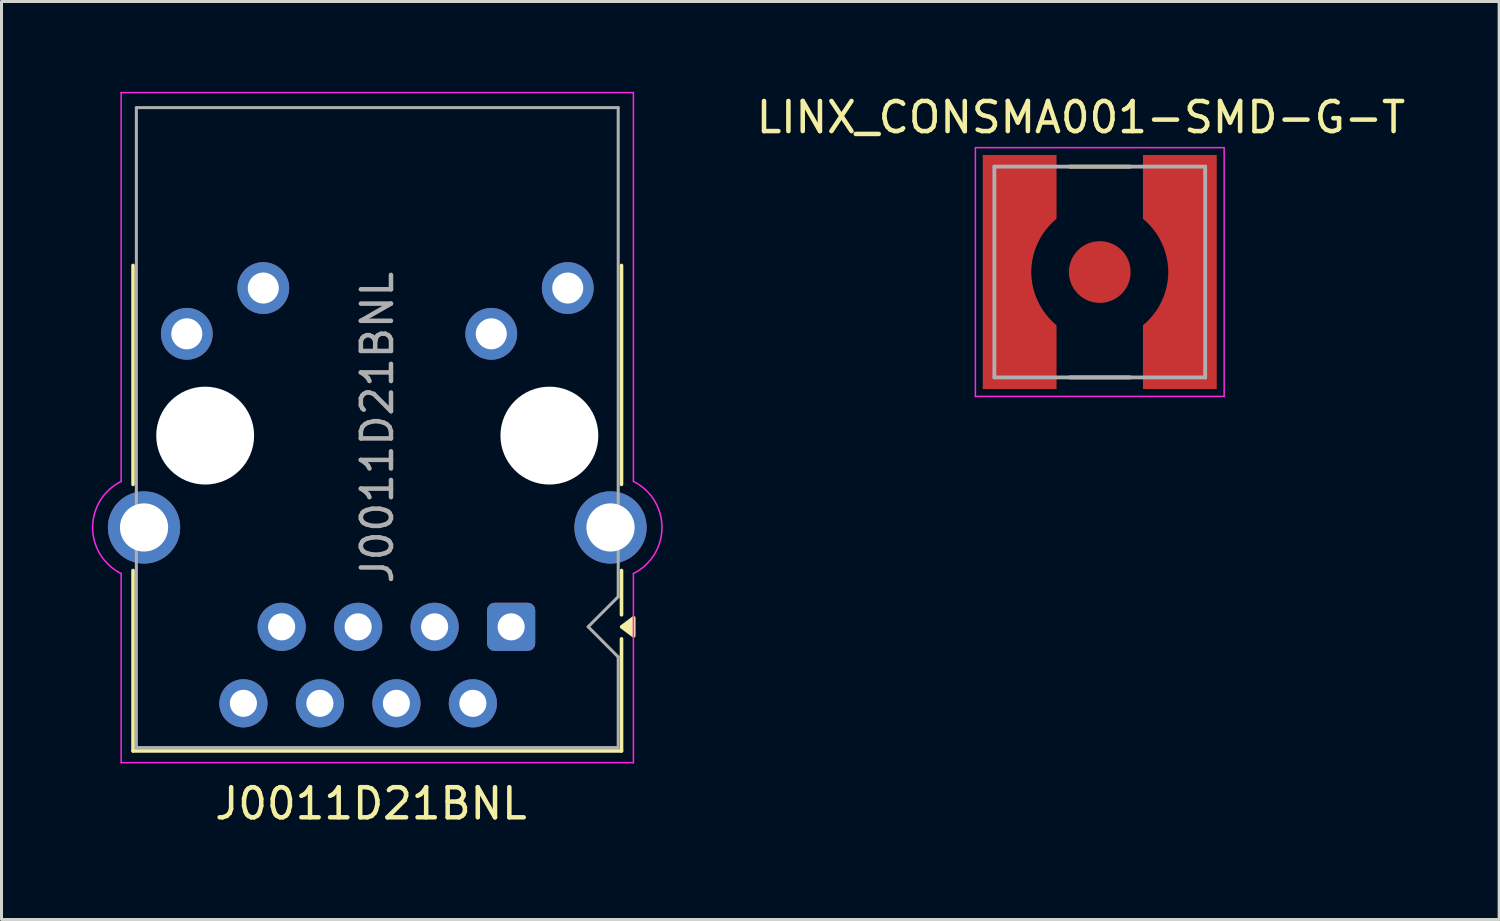
<source format=kicad_pcb>
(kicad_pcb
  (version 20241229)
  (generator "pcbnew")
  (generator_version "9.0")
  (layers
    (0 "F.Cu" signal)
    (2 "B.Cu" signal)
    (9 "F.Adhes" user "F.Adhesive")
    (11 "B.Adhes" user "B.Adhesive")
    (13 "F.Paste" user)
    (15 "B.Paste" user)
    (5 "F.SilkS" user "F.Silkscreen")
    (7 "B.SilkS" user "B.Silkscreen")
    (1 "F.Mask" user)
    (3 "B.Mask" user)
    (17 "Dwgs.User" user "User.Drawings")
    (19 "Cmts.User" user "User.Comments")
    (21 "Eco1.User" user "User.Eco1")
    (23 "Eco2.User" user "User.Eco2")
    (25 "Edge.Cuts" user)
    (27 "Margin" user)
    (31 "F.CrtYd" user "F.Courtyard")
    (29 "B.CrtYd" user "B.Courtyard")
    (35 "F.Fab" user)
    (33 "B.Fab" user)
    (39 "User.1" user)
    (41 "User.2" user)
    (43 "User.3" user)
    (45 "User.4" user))
  (footprint "LINX_CONSMA001-SMD-G-T"
    (layer "F.Cu")
    (at 33.469 5.983)
    (property "Reference" "LINX_CONSMA001-SMD-G-T" (at -0.625 -5.135 0) (layer "F.SilkS") (effects (font (size 1 1) (thickness 0.15))))
    (attr smd)
    (fp_line (start -1 -3.5) (end 1 -3.5) (stroke (width 0.127) (type solid)) (layer "F.SilkS"))
    (fp_line (start -1 3.5) (end 1 3.5) (stroke (width 0.127) (type solid)) (layer "F.SilkS"))
    (fp_poly (pts (xy -1.44 -3.88) (xy -3.88 -3.88) (xy -3.88 3.88) (xy -1.44 3.88) (xy -1.44 1.77) (xy -1.503 1.716) (xy -1.553 1.67) (xy -1.601 1.623) (xy -1.648 1.575) (xy -1.694 1.525) (xy -1.738 1.474) (xy -1.78 1.422) (xy -1.821 1.368) (xy -1.861 1.314) (xy -1.899 1.258) (xy -1.935 1.201) (xy -1.97 1.143) (xy -2.002 1.084) (xy -2.033 1.025) (xy -2.063 0.964) (xy -2.09 0.902) (xy -2.116 0.84) (xy -2.14 0.777) (xy -2.162 0.713) (xy -2.183 0.649) (xy -2.201 0.584) (xy -2.218 0.519) (xy -2.232 0.453) (xy -2.245 0.387) (xy -2.256 0.32) (xy -2.264 0.253) (xy -2.271 0.186) (xy -2.276 0.119) (xy -2.279 0.052) (xy -2.28 0) (xy -2.279 -0.052) (xy -2.276 -0.119) (xy -2.271 -0.186) (xy -2.264 -0.253) (xy -2.256 -0.32) (xy -2.245 -0.387) (xy -2.232 -0.453) (xy -2.218 -0.519) (xy -2.201 -0.584) (xy -2.183 -0.649) (xy -2.162 -0.713) (xy -2.14 -0.777) (xy -2.116 -0.84) (xy -2.09 -0.902) (xy -2.063 -0.964) (xy -2.033 -1.025) (xy -2.002 -1.084) (xy -1.97 -1.143) (xy -1.935 -1.201) (xy -1.899 -1.258) (xy -1.861 -1.314) (xy -1.821 -1.368) (xy -1.78 -1.422) (xy -1.738 -1.474) (xy -1.694 -1.525) (xy -1.648 -1.575) (xy -1.601 -1.623) (xy -1.553 -1.67) (xy -1.503 -1.716) (xy -1.44 -1.77) (xy -1.44 -3.88)) (stroke (width 0.01) (type solid)) (fill yes) (layer "F.Paste"))
    (fp_poly (pts (xy 1.44 -3.88) (xy 3.88 -3.88) (xy 3.88 3.88) (xy 1.44 3.88) (xy 1.44 1.77) (xy 1.503 1.716) (xy 1.553 1.67) (xy 1.601 1.623) (xy 1.648 1.575) (xy 1.694 1.525) (xy 1.738 1.474) (xy 1.78 1.422) (xy 1.821 1.368) (xy 1.861 1.314) (xy 1.899 1.258) (xy 1.935 1.201) (xy 1.97 1.143) (xy 2.002 1.084) (xy 2.033 1.025) (xy 2.063 0.964) (xy 2.09 0.902) (xy 2.116 0.84) (xy 2.14 0.777) (xy 2.162 0.713) (xy 2.183 0.649) (xy 2.201 0.584) (xy 2.218 0.519) (xy 2.232 0.453) (xy 2.245 0.387) (xy 2.256 0.32) (xy 2.264 0.253) (xy 2.271 0.186) (xy 2.276 0.119) (xy 2.279 0.052) (xy 2.28 0) (xy 2.279 -0.052) (xy 2.276 -0.119) (xy 2.271 -0.186) (xy 2.264 -0.253) (xy 2.256 -0.32) (xy 2.245 -0.387) (xy 2.232 -0.453) (xy 2.218 -0.519) (xy 2.201 -0.584) (xy 2.183 -0.649) (xy 2.162 -0.713) (xy 2.14 -0.777) (xy 2.116 -0.84) (xy 2.09 -0.902) (xy 2.063 -0.964) (xy 2.033 -1.025) (xy 2.002 -1.084) (xy 1.97 -1.143) (xy 1.935 -1.201) (xy 1.899 -1.258) (xy 1.861 -1.314) (xy 1.821 -1.368) (xy 1.78 -1.422) (xy 1.738 -1.474) (xy 1.694 -1.525) (xy 1.648 -1.575) (xy 1.601 -1.623) (xy 1.553 -1.67) (xy 1.503 -1.716) (xy 1.44 -1.77) (xy 1.44 -3.88)) (stroke (width 0.01) (type solid)) (fill yes) (layer "F.Paste"))
    (fp_line (start -4.13 -4.13) (end 4.13 -4.13) (stroke (width 0.05) (type solid)) (layer "F.CrtYd"))
    (fp_line (start -4.13 4.13) (end -4.13 -4.13) (stroke (width 0.05) (type solid)) (layer "F.CrtYd"))
    (fp_line (start 4.13 -4.13) (end 4.13 4.13) (stroke (width 0.05) (type solid)) (layer "F.CrtYd"))
    (fp_line (start 4.13 4.13) (end -4.13 4.13) (stroke (width 0.05) (type solid)) (layer "F.CrtYd"))
    (fp_line (start -3.5 -3.5) (end 3.5 -3.5) (stroke (width 0.127) (type solid)) (layer "F.Fab"))
    (fp_line (start -3.5 3.5) (end -3.5 -3.5) (stroke (width 0.127) (type solid)) (layer "F.Fab"))
    (fp_line (start 3.5 -3.5) (end 3.5 3.5) (stroke (width 0.127) (type solid)) (layer "F.Fab"))
    (fp_line (start 3.5 3.5) (end -3.5 3.5) (stroke (width 0.127) (type solid)) (layer "F.Fab"))
    (pad "1" smd circle (at 0 0) (size 2.05 2.05) (layers "F.Cu" "F.Mask" "F.Paste"))
    (pad "2" smd custom (at -3.1 0) (size 1 1) (layers "F.Cu") (options (anchor rect)) (primitives (gr_poly (pts (xy 1.66 -3.88) (xy -0.78 -3.88) (xy -0.78 3.88) (xy 1.66 3.88) (xy 1.66 1.77) (xy 1.597 1.716) (xy 1.547 1.67) (xy 1.499 1.623) (xy 1.452 1.575) (xy 1.406 1.525) (xy 1.362 1.474) (xy 1.32 1.422) (xy 1.279 1.368) (xy 1.239 1.314) (xy 1.201 1.258) (xy 1.165 1.201) (xy 1.13 1.143) (xy 1.098 1.084) (xy 1.067 1.025) (xy 1.037 0.964) (xy 1.01 0.902) (xy 0.984 0.84) (xy 0.96 0.777) (xy 0.938 0.713) (xy 0.917 0.649) (xy 0.899 0.584) (xy 0.882 0.519) (xy 0.868 0.453) (xy 0.855 0.387) (xy 0.844 0.32) (xy 0.836 0.253) (xy 0.829 0.186) (xy 0.824 0.119) (xy 0.821 0.052) (xy 0.82 0) (xy 0.821 -0.052) (xy 0.824 -0.119) (xy 0.829 -0.186) (xy 0.836 -0.253) (xy 0.844 -0.32) (xy 0.855 -0.387) (xy 0.868 -0.453) (xy 0.882 -0.519) (xy 0.899 -0.584) (xy 0.917 -0.649) (xy 0.938 -0.713) (xy 0.96 -0.777) (xy 0.984 -0.84) (xy 1.01 -0.902) (xy 1.037 -0.964) (xy 1.067 -1.025) (xy 1.098 -1.084) (xy 1.13 -1.143) (xy 1.165 -1.201) (xy 1.201 -1.258) (xy 1.239 -1.314) (xy 1.279 -1.368) (xy 1.32 -1.422) (xy 1.362 -1.474) (xy 1.406 -1.525) (xy 1.452 -1.575) (xy 1.499 -1.623) (xy 1.547 -1.67) (xy 1.597 -1.716) (xy 1.66 -1.77) (xy 1.66 -3.88)) (width 0.01) (fill yes))))
    (pad "2" smd custom (at 3.1 0) (size 1 1) (layers "F.Cu") (options (anchor rect)) (primitives (gr_poly (pts (xy -1.66 -3.88) (xy 0.78 -3.88) (xy 0.78 3.88) (xy -1.66 3.88) (xy -1.66 1.77) (xy -1.597 1.716) (xy -1.547 1.67) (xy -1.499 1.623) (xy -1.452 1.575) (xy -1.406 1.525) (xy -1.362 1.474) (xy -1.32 1.422) (xy -1.279 1.368) (xy -1.239 1.314) (xy -1.201 1.258) (xy -1.165 1.201) (xy -1.13 1.143) (xy -1.098 1.084) (xy -1.067 1.025) (xy -1.037 0.964) (xy -1.01 0.902) (xy -0.984 0.84) (xy -0.96 0.777) (xy -0.938 0.713) (xy -0.917 0.649) (xy -0.899 0.584) (xy -0.882 0.519) (xy -0.868 0.453) (xy -0.855 0.387) (xy -0.844 0.32) (xy -0.836 0.253) (xy -0.829 0.186) (xy -0.824 0.119) (xy -0.821 0.052) (xy -0.82 0) (xy -0.821 -0.052) (xy -0.824 -0.119) (xy -0.829 -0.186) (xy -0.836 -0.253) (xy -0.844 -0.32) (xy -0.855 -0.387) (xy -0.868 -0.453) (xy -0.882 -0.519) (xy -0.899 -0.584) (xy -0.917 -0.649) (xy -0.938 -0.713) (xy -0.96 -0.777) (xy -0.984 -0.84) (xy -1.01 -0.902) (xy -1.037 -0.964) (xy -1.067 -1.025) (xy -1.098 -1.084) (xy -1.13 -1.143) (xy -1.165 -1.201) (xy -1.201 -1.258) (xy -1.239 -1.314) (xy -1.279 -1.368) (xy -1.32 -1.422) (xy -1.362 -1.474) (xy -1.406 -1.525) (xy -1.452 -1.575) (xy -1.499 -1.623) (xy -1.547 -1.67) (xy -1.597 -1.716) (xy -1.66 -1.77) (xy -1.66 -2.35) (xy -1.66 -3.88)) (width 0.01) (fill yes)))))
  (footprint "J0011D21BNL"
    (layer "F.Cu")
    (at 9.483 11.435)
    (property "Reference" "J0011D21BNL" (at -0.215 12.2 0) (layer "F.SilkS") (effects (font (size 1 1) (thickness 0.15))))
    (attr through_hole)
    (fp_line (start -8.115 -5.67) (end -8.115 1.6) (stroke (width 0.12) (type solid)) (layer "F.SilkS"))
    (fp_line (start -8.115 4.46) (end -8.115 10.45) (stroke (width 0.12) (type solid)) (layer "F.SilkS"))
    (fp_line (start -8.115 10.45) (end 8.105 10.45) (stroke (width 0.12) (type solid)) (layer "F.SilkS"))
    (fp_line (start 8.105 1.6) (end 8.105 -5.67) (stroke (width 0.12) (type solid)) (layer "F.SilkS"))
    (fp_line (start 8.105 5.93) (end 8.105 4.46) (stroke (width 0.12) (type solid)) (layer "F.SilkS"))
    (fp_line (start 8.105 10.45) (end 8.105 6.73) (stroke (width 0.12) (type solid)) (layer "F.SilkS"))
    (fp_poly (pts (xy 8.11 6.33) (xy 8.51 6.03) (xy 8.51 6.63) (xy 8.11 6.33)) (stroke (width 0.12) (type solid)) (fill yes) (layer "F.SilkS"))
    (fp_line (start -8.51 -11.41) (end -8.51 1.5) (stroke (width 0.05) (type solid)) (layer "F.CrtYd"))
    (fp_line (start -8.51 4.56) (end -8.51 10.84) (stroke (width 0.05) (type solid)) (layer "F.CrtYd"))
    (fp_line (start -8.51 10.84) (end 8.5 10.84) (stroke (width 0.05) (type solid)) (layer "F.CrtYd"))
    (fp_line (start 8.5 -11.41) (end -8.51 -11.41) (stroke (width 0.05) (type solid)) (layer "F.CrtYd"))
    (fp_line (start 8.5 -11.41) (end 8.5 1.5) (stroke (width 0.05) (type solid)) (layer "F.CrtYd"))
    (fp_line (start 8.5 4.56) (end 8.5 10.84) (stroke (width 0.05) (type solid)) (layer "F.CrtYd"))
    (fp_arc (start -8.51 4.56) (mid -9.458362 3.03) (end -8.51 1.5) (stroke (width 0.05) (type default)) (layer "F.CrtYd"))
    (fp_arc (start 8.5 1.5) (mid 9.448362 3.03) (end 8.5 4.56) (stroke (width 0.05) (type default)) (layer "F.CrtYd"))
    (fp_line (start -8.005 10.34) (end -8.005 -10.91) (stroke (width 0.1) (type solid)) (layer "F.Fab"))
    (fp_line (start 6.995 6.33) (end 7.995 5.33) (stroke (width 0.1) (type solid)) (layer "F.Fab"))
    (fp_line (start 7 6.33) (end 7.995 7.33) (stroke (width 0.1) (type solid)) (layer "F.Fab"))
    (fp_line (start 7.995 -10.91) (end -8.005 -10.91) (stroke (width 0.1) (type solid)) (layer "F.Fab"))
    (fp_line (start 7.995 -10.91) (end 7.995 5.33) (stroke (width 0.1) (type solid)) (layer "F.Fab"))
    (fp_line (start 7.995 10.34) (end -8.005 10.34) (stroke (width 0.1) (type solid)) (layer "F.Fab"))
    (fp_line (start 7.995 10.34) (end 7.995 7.33) (stroke (width 0.1) (type solid)) (layer "F.Fab"))
    (fp_text user "${REFERENCE}" (at -0.005 -0.285 270) (layer "F.Fab") (effects (font (size 1 1) (thickness 0.15))))
    (pad "" np_thru_hole circle (at -5.72 -0.02 180) (size 3.25 3.25) (drill 3.25) (layers "*.Cu" "*.Mask"))
    (pad "" np_thru_hole circle (at 5.71 -0.02 180) (size 3.25 3.25) (drill 3.25) (layers "*.Cu" "*.Mask"))
    (pad "1" thru_hole roundrect (at 4.44 6.33) (size 1.6 1.6) (drill 0.9) (layers "*.Cu" "*.Mask") (roundrect_rratio 0.155))
    (pad "2" thru_hole circle (at 3.17 8.87) (size 1.6 1.6) (drill 0.9) (layers "*.Cu" "*.Mask"))
    (pad "3" thru_hole circle (at 1.9 6.33) (size 1.6 1.6) (drill 0.9) (layers "*.Cu" "*.Mask"))
    (pad "4" thru_hole circle (at 0.63 8.87) (size 1.6 1.6) (drill 0.9) (layers "*.Cu" "*.Mask"))
    (pad "5" thru_hole circle (at -0.64 6.33) (size 1.6 1.6) (drill 0.9) (layers "*.Cu" "*.Mask"))
    (pad "6" thru_hole circle (at -1.91 8.87) (size 1.6 1.6) (drill 0.9) (layers "*.Cu" "*.Mask"))
    (pad "7" thru_hole circle (at -3.18 6.33) (size 1.6 1.6) (drill 0.9) (layers "*.Cu" "*.Mask"))
    (pad "8" thru_hole circle (at -4.45 8.87) (size 1.6 1.6) (drill 0.9) (layers "*.Cu" "*.Mask"))
    (pad "9" thru_hole circle (at 6.32 -4.92) (size 1.72 1.72) (drill 1.03) (layers "*.Cu" "*.Mask"))
    (pad "10" thru_hole circle (at 3.78 -3.4) (size 1.72 1.72) (drill 1.03) (layers "*.Cu" "*.Mask"))
    (pad "11" thru_hole circle (at -3.79 -4.92) (size 1.72 1.72) (drill 1.03) (layers "*.Cu" "*.Mask"))
    (pad "12" thru_hole circle (at -6.33 -3.4) (size 1.72 1.72) (drill 1.03) (layers "*.Cu" "*.Mask"))
    (pad "SH" thru_hole circle (at -7.75 3.03 180) (size 2.4 2.4) (drill 1.6) (layers "*.Cu" "*.Mask"))
    (pad "SH" thru_hole circle (at 7.74 3.03 180) (size 2.4 2.4) (drill 1.6) (layers "*.Cu" "*.Mask"))
    (zone (net_name "") (layer "F.Cu") (name "Shield-board contact area") (hatch edge 0.5) (connect_pads) (min_thickness 0.25) (filled_areas_thickness no) (keepout (tracks not_allowed) (vias not_allowed) (pads not_allowed) (copperpour not_allowed) (footprints allowed)) (placement (enabled no)) (fill) (polygon (pts (xy 1.023 0.065) (xy 1.023 3.765) (xy 17.923 3.765) (xy 17.923 0.065)))))
  (gr_rect
    (start -3 -3)
    (end 46.731 27.483)
    (stroke (width 0.1) (type default))
    (fill no)
    (layer "Edge.Cuts")))
</source>
